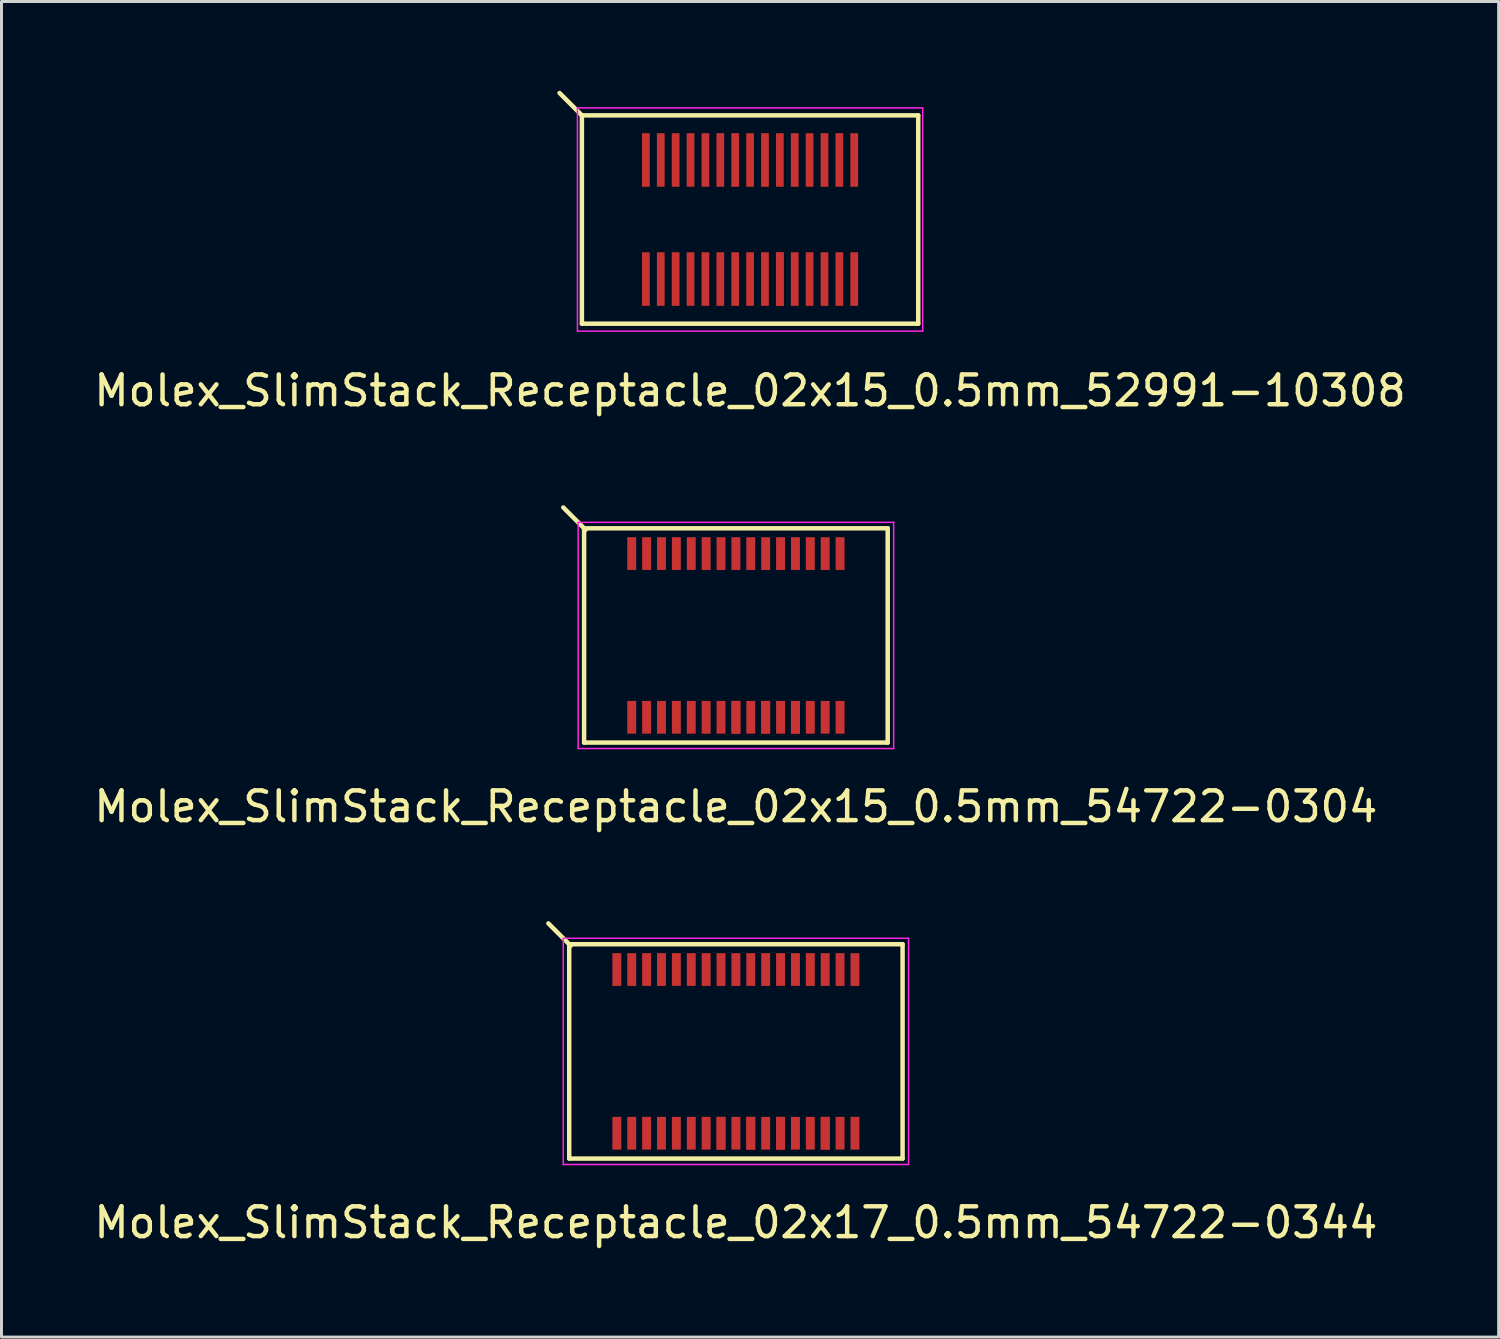
<source format=kicad_pcb>
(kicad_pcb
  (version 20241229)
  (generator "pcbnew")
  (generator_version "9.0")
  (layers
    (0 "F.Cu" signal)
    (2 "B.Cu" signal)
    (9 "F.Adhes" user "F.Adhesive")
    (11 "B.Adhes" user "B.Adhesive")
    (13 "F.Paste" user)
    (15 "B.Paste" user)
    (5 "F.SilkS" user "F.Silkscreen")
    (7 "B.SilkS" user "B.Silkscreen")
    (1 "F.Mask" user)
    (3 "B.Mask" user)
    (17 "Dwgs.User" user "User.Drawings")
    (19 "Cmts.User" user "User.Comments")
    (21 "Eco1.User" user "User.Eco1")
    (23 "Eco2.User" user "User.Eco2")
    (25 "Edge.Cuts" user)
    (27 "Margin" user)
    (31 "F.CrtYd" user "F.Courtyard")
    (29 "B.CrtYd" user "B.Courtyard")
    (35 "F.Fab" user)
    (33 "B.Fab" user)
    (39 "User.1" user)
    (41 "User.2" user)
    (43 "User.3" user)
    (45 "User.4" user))
  (footprint "Molex_SlimStack_Receptacle_02x15_0.5mm_52991-10308"
    (layer "F.Cu")
    (at 22.149 4.325)
    (property "Reference" "Molex_SlimStack_Receptacle_02x15_0.5mm_52991-10308" (at 0 5.75 0) (layer "F.SilkS") (effects (font (size 1 1) (thickness 0.15))))
    (attr smd)
    (fp_line (start -5.65 -3.5) (end -6.4 -4.25) (stroke (width 0.15) (type solid)) (layer "F.SilkS"))
    (fp_line (start -5.65 -3.5) (end -5.65 3.5) (stroke (width 0.15) (type solid)) (layer "F.SilkS"))
    (fp_line (start -5.65 3.5) (end 5.65 3.5) (stroke (width 0.15) (type solid)) (layer "F.SilkS"))
    (fp_line (start 5.65 -3.5) (end -5.65 -3.5) (stroke (width 0.15) (type solid)) (layer "F.SilkS"))
    (fp_line (start 5.65 3.5) (end 5.65 -3.5) (stroke (width 0.15) (type solid)) (layer "F.SilkS"))
    (fp_line (start -5.8 -3.75) (end -5.8 3.75) (stroke (width 0.05) (type solid)) (layer "F.CrtYd"))
    (fp_line (start -5.8 3.75) (end 5.8 3.75) (stroke (width 0.05) (type solid)) (layer "F.CrtYd"))
    (fp_line (start 5.8 -3.75) (end -5.8 -3.75) (stroke (width 0.05) (type solid)) (layer "F.CrtYd"))
    (fp_line (start 5.8 3.75) (end 5.8 -3.75) (stroke (width 0.05) (type solid)) (layer "F.CrtYd"))
    (pad "1" smd rect (at -3.5 -2) (size 0.26 1.8) (layers "F.Cu" "F.Mask" "F.Paste"))
    (pad "2" smd rect (at -3.5 2) (size 0.26 1.8) (layers "F.Cu" "F.Mask" "F.Paste"))
    (pad "3" smd rect (at -3 -2) (size 0.26 1.8) (layers "F.Cu" "F.Mask" "F.Paste"))
    (pad "4" smd rect (at -3 2) (size 0.26 1.8) (layers "F.Cu" "F.Mask" "F.Paste"))
    (pad "5" smd rect (at -2.5 -2) (size 0.26 1.8) (layers "F.Cu" "F.Mask" "F.Paste"))
    (pad "6" smd rect (at -2.5 2) (size 0.26 1.8) (layers "F.Cu" "F.Mask" "F.Paste"))
    (pad "7" smd rect (at -2 -2) (size 0.26 1.8) (layers "F.Cu" "F.Mask" "F.Paste"))
    (pad "8" smd rect (at -2 2) (size 0.26 1.8) (layers "F.Cu" "F.Mask" "F.Paste"))
    (pad "9" smd rect (at -1.5 -2) (size 0.26 1.8) (layers "F.Cu" "F.Mask" "F.Paste"))
    (pad "10" smd rect (at -1.5 2) (size 0.26 1.8) (layers "F.Cu" "F.Mask" "F.Paste"))
    (pad "11" smd rect (at -1 -2) (size 0.26 1.8) (layers "F.Cu" "F.Mask" "F.Paste"))
    (pad "12" smd rect (at -1 2) (size 0.26 1.8) (layers "F.Cu" "F.Mask" "F.Paste"))
    (pad "13" smd rect (at -0.5 -2) (size 0.26 1.8) (layers "F.Cu" "F.Mask" "F.Paste"))
    (pad "14" smd rect (at -0.5 2) (size 0.26 1.8) (layers "F.Cu" "F.Mask" "F.Paste"))
    (pad "15" smd rect (at 0 -2) (size 0.26 1.8) (layers "F.Cu" "F.Mask" "F.Paste"))
    (pad "16" smd rect (at 0 2) (size 0.26 1.8) (layers "F.Cu" "F.Mask" "F.Paste"))
    (pad "17" smd rect (at 0.5 -2) (size 0.26 1.8) (layers "F.Cu" "F.Mask" "F.Paste"))
    (pad "18" smd rect (at 0.5 2) (size 0.26 1.8) (layers "F.Cu" "F.Mask" "F.Paste"))
    (pad "19" smd rect (at 1 -2) (size 0.26 1.8) (layers "F.Cu" "F.Mask" "F.Paste"))
    (pad "20" smd rect (at 1 2) (size 0.26 1.8) (layers "F.Cu" "F.Mask" "F.Paste"))
    (pad "20" smd rect (at 1 2) (size 0.26 1.8) (layers "F.Cu" "F.Mask" "F.Paste"))
    (pad "21" smd rect (at 1.5 -2) (size 0.26 1.8) (layers "F.Cu" "F.Mask" "F.Paste"))
    (pad "22" smd rect (at 1.5 2) (size 0.26 1.8) (layers "F.Cu" "F.Mask" "F.Paste"))
    (pad "23" smd rect (at 2 -2) (size 0.26 1.8) (layers "F.Cu" "F.Mask" "F.Paste"))
    (pad "24" smd rect (at 2 2) (size 0.26 1.8) (layers "F.Cu" "F.Mask" "F.Paste"))
    (pad "25" smd rect (at 2.5 -2) (size 0.26 1.8) (layers "F.Cu" "F.Mask" "F.Paste"))
    (pad "26" smd rect (at 2.5 2) (size 0.26 1.8) (layers "F.Cu" "F.Mask" "F.Paste"))
    (pad "27" smd rect (at 3 -2) (size 0.26 1.8) (layers "F.Cu" "F.Mask" "F.Paste"))
    (pad "28" smd rect (at 3 2) (size 0.26 1.8) (layers "F.Cu" "F.Mask" "F.Paste"))
    (pad "29" smd rect (at 3.5 -2) (size 0.26 1.8) (layers "F.Cu" "F.Mask" "F.Paste"))
    (pad "30" smd rect (at 3.5 2) (size 0.26 1.8) (layers "F.Cu" "F.Mask" "F.Paste")))
  (footprint "Molex_SlimStack_Receptacle_02x15_0.5mm_54722-0304"
    (layer "F.Cu")
    (at 21.673 18.298)
    (property "Reference" "Molex_SlimStack_Receptacle_02x15_0.5mm_54722-0304" (at 0 5.75 0) (layer "F.SilkS") (effects (font (size 1 1) (thickness 0.15))))
    (attr smd)
    (fp_line (start -5.1 -3.6) (end -5.1 3.6) (stroke (width 0.15) (type solid)) (layer "F.SilkS"))
    (fp_line (start -5.1 3.6) (end 5.1 3.6) (stroke (width 0.15) (type solid)) (layer "F.SilkS"))
    (fp_line (start -5.05 -3.55) (end -5.8 -4.3) (stroke (width 0.15) (type solid)) (layer "F.SilkS"))
    (fp_line (start 5.1 -3.6) (end -5.1 -3.6) (stroke (width 0.15) (type solid)) (layer "F.SilkS"))
    (fp_line (start 5.1 3.6) (end 5.1 -3.6) (stroke (width 0.15) (type solid)) (layer "F.SilkS"))
    (fp_line (start -5.3 -3.8) (end -5.3 3.8) (stroke (width 0.05) (type solid)) (layer "F.CrtYd"))
    (fp_line (start -5.3 3.8) (end 5.3 3.8) (stroke (width 0.05) (type solid)) (layer "F.CrtYd"))
    (fp_line (start 5.3 -3.8) (end -5.3 -3.8) (stroke (width 0.05) (type solid)) (layer "F.CrtYd"))
    (fp_line (start 5.3 3.8) (end 5.3 -3.8) (stroke (width 0.05) (type solid)) (layer "F.CrtYd"))
    (pad "1" smd rect (at -3.5 -2.75) (size 0.3 1.1) (layers "F.Cu" "F.Mask" "F.Paste"))
    (pad "2" smd rect (at -3.5 2.75) (size 0.3 1.1) (layers "F.Cu" "F.Mask" "F.Paste"))
    (pad "3" smd rect (at -3 -2.75) (size 0.3 1.1) (layers "F.Cu" "F.Mask" "F.Paste"))
    (pad "4" smd rect (at -3 2.75) (size 0.3 1.1) (layers "F.Cu" "F.Mask" "F.Paste"))
    (pad "5" smd rect (at -2.5 -2.75) (size 0.3 1.1) (layers "F.Cu" "F.Mask" "F.Paste"))
    (pad "6" smd rect (at -2.5 2.75) (size 0.3 1.1) (layers "F.Cu" "F.Mask" "F.Paste"))
    (pad "7" smd rect (at -2 -2.75) (size 0.3 1.1) (layers "F.Cu" "F.Mask" "F.Paste"))
    (pad "8" smd rect (at -2 2.75) (size 0.3 1.1) (layers "F.Cu" "F.Mask" "F.Paste"))
    (pad "9" smd rect (at -1.5 -2.75) (size 0.3 1.1) (layers "F.Cu" "F.Mask" "F.Paste"))
    (pad "10" smd rect (at -1.5 2.75) (size 0.3 1.1) (layers "F.Cu" "F.Mask" "F.Paste"))
    (pad "11" smd rect (at -1 -2.75) (size 0.3 1.1) (layers "F.Cu" "F.Mask" "F.Paste"))
    (pad "12" smd rect (at -1 2.75) (size 0.3 1.1) (layers "F.Cu" "F.Mask" "F.Paste"))
    (pad "13" smd rect (at -0.5 -2.75) (size 0.3 1.1) (layers "F.Cu" "F.Mask" "F.Paste"))
    (pad "14" smd rect (at -0.5 2.75) (size 0.3 1.1) (layers "F.Cu" "F.Mask" "F.Paste"))
    (pad "15" smd rect (at 0 -2.75) (size 0.3 1.1) (layers "F.Cu" "F.Mask" "F.Paste"))
    (pad "16" smd rect (at 0 2.75) (size 0.3 1.1) (layers "F.Cu" "F.Mask" "F.Paste"))
    (pad "16" smd rect (at 0 2.75) (size 0.3 1.1) (layers "F.Cu" "F.Mask" "F.Paste"))
    (pad "17" smd rect (at 0.5 -2.75) (size 0.3 1.1) (layers "F.Cu" "F.Mask" "F.Paste"))
    (pad "18" smd rect (at 0.5 2.75) (size 0.3 1.1) (layers "F.Cu" "F.Mask" "F.Paste"))
    (pad "19" smd rect (at 1 -2.75) (size 0.3 1.1) (layers "F.Cu" "F.Mask" "F.Paste"))
    (pad "20" smd rect (at 1 2.75) (size 0.3 1.1) (layers "F.Cu" "F.Mask" "F.Paste"))
    (pad "20" smd rect (at 1 2.75) (size 0.3 1.1) (layers "F.Cu" "F.Mask" "F.Paste"))
    (pad "21" smd rect (at 1.5 -2.75) (size 0.3 1.1) (layers "F.Cu" "F.Mask" "F.Paste"))
    (pad "22" smd rect (at 1.5 2.75) (size 0.3 1.1) (layers "F.Cu" "F.Mask" "F.Paste"))
    (pad "23" smd rect (at 2 -2.75) (size 0.3 1.1) (layers "F.Cu" "F.Mask" "F.Paste"))
    (pad "24" smd rect (at 2 2.75) (size 0.3 1.1) (layers "F.Cu" "F.Mask" "F.Paste"))
    (pad "24" smd rect (at 2 2.75) (size 0.3 1.1) (layers "F.Cu" "F.Mask" "F.Paste"))
    (pad "25" smd rect (at 2.5 -2.75) (size 0.3 1.1) (layers "F.Cu" "F.Mask" "F.Paste"))
    (pad "26" smd rect (at 2.5 2.75) (size 0.3 1.1) (layers "F.Cu" "F.Mask" "F.Paste"))
    (pad "27" smd rect (at 3 -2.75) (size 0.3 1.1) (layers "F.Cu" "F.Mask" "F.Paste"))
    (pad "28" smd rect (at 3 2.75) (size 0.3 1.1) (layers "F.Cu" "F.Mask" "F.Paste"))
    (pad "29" smd rect (at 3.5 -2.75) (size 0.3 1.1) (layers "F.Cu" "F.Mask" "F.Paste"))
    (pad "30" smd rect (at 3.5 2.75) (size 0.3 1.1) (layers "F.Cu" "F.Mask" "F.Paste")))
  (footprint "Molex_SlimStack_Receptacle_02x17_0.5mm_54722-0344"
    (layer "F.Cu")
    (at 21.673 32.272)
    (property "Reference" "Molex_SlimStack_Receptacle_02x17_0.5mm_54722-0344" (at 0 5.75 0) (layer "F.SilkS") (effects (font (size 1 1) (thickness 0.15))))
    (attr smd)
    (fp_line (start -5.6 -3.6) (end -5.6 3.6) (stroke (width 0.15) (type solid)) (layer "F.SilkS"))
    (fp_line (start -5.6 3.6) (end 5.6 3.6) (stroke (width 0.15) (type solid)) (layer "F.SilkS"))
    (fp_line (start -5.55 -3.55) (end -6.3 -4.3) (stroke (width 0.15) (type solid)) (layer "F.SilkS"))
    (fp_line (start 5.6 -3.6) (end -5.6 -3.6) (stroke (width 0.15) (type solid)) (layer "F.SilkS"))
    (fp_line (start 5.6 3.6) (end 5.6 -3.6) (stroke (width 0.15) (type solid)) (layer "F.SilkS"))
    (fp_line (start -5.8 -3.8) (end -5.8 3.8) (stroke (width 0.05) (type solid)) (layer "F.CrtYd"))
    (fp_line (start -5.8 3.8) (end 5.8 3.8) (stroke (width 0.05) (type solid)) (layer "F.CrtYd"))
    (fp_line (start 5.8 -3.8) (end -5.8 -3.8) (stroke (width 0.05) (type solid)) (layer "F.CrtYd"))
    (fp_line (start 5.8 3.8) (end 5.8 -3.8) (stroke (width 0.05) (type solid)) (layer "F.CrtYd"))
    (pad "1" smd rect (at -4 -2.75) (size 0.3 1.1) (layers "F.Cu" "F.Mask" "F.Paste"))
    (pad "2" smd rect (at -4 2.75) (size 0.3 1.1) (layers "F.Cu" "F.Mask" "F.Paste"))
    (pad "3" smd rect (at -3.5 -2.75) (size 0.3 1.1) (layers "F.Cu" "F.Mask" "F.Paste"))
    (pad "4" smd rect (at -3.5 2.75) (size 0.3 1.1) (layers "F.Cu" "F.Mask" "F.Paste"))
    (pad "5" smd rect (at -3 -2.75) (size 0.3 1.1) (layers "F.Cu" "F.Mask" "F.Paste"))
    (pad "6" smd rect (at -3 2.75) (size 0.3 1.1) (layers "F.Cu" "F.Mask" "F.Paste"))
    (pad "7" smd rect (at -2.5 -2.75) (size 0.3 1.1) (layers "F.Cu" "F.Mask" "F.Paste"))
    (pad "8" smd rect (at -2.5 2.75) (size 0.3 1.1) (layers "F.Cu" "F.Mask" "F.Paste"))
    (pad "9" smd rect (at -2 -2.75) (size 0.3 1.1) (layers "F.Cu" "F.Mask" "F.Paste"))
    (pad "10" smd rect (at -2 2.75) (size 0.3 1.1) (layers "F.Cu" "F.Mask" "F.Paste"))
    (pad "11" smd rect (at -1.5 -2.75) (size 0.3 1.1) (layers "F.Cu" "F.Mask" "F.Paste"))
    (pad "12" smd rect (at -1.5 2.75) (size 0.3 1.1) (layers "F.Cu" "F.Mask" "F.Paste"))
    (pad "13" smd rect (at -1 -2.75) (size 0.3 1.1) (layers "F.Cu" "F.Mask" "F.Paste"))
    (pad "14" smd rect (at -1 2.75) (size 0.3 1.1) (layers "F.Cu" "F.Mask" "F.Paste"))
    (pad "15" smd rect (at -0.5 -2.75) (size 0.3 1.1) (layers "F.Cu" "F.Mask" "F.Paste"))
    (pad "16" smd rect (at -0.5 2.75) (size 0.3 1.1) (layers "F.Cu" "F.Mask" "F.Paste"))
    (pad "16" smd rect (at -0.5 2.75) (size 0.3 1.1) (layers "F.Cu" "F.Mask" "F.Paste"))
    (pad "17" smd rect (at 0 -2.75) (size 0.3 1.1) (layers "F.Cu" "F.Mask" "F.Paste"))
    (pad "18" smd rect (at 0 2.75) (size 0.3 1.1) (layers "F.Cu" "F.Mask" "F.Paste"))
    (pad "19" smd rect (at 0.5 -2.75) (size 0.3 1.1) (layers "F.Cu" "F.Mask" "F.Paste"))
    (pad "20" smd rect (at 0.5 2.75) (size 0.3 1.1) (layers "F.Cu" "F.Mask" "F.Paste"))
    (pad "20" smd rect (at 0.5 2.75) (size 0.3 1.1) (layers "F.Cu" "F.Mask" "F.Paste"))
    (pad "21" smd rect (at 1 -2.75) (size 0.3 1.1) (layers "F.Cu" "F.Mask" "F.Paste"))
    (pad "22" smd rect (at 1 2.75) (size 0.3 1.1) (layers "F.Cu" "F.Mask" "F.Paste"))
    (pad "23" smd rect (at 1.5 -2.75) (size 0.3 1.1) (layers "F.Cu" "F.Mask" "F.Paste"))
    (pad "24" smd rect (at 1.5 2.75) (size 0.3 1.1) (layers "F.Cu" "F.Mask" "F.Paste"))
    (pad "24" smd rect (at 1.5 2.75) (size 0.3 1.1) (layers "F.Cu" "F.Mask" "F.Paste"))
    (pad "25" smd rect (at 2 -2.75) (size 0.3 1.1) (layers "F.Cu" "F.Mask" "F.Paste"))
    (pad "26" smd rect (at 2 2.75) (size 0.3 1.1) (layers "F.Cu" "F.Mask" "F.Paste"))
    (pad "27" smd rect (at 2.5 -2.75) (size 0.3 1.1) (layers "F.Cu" "F.Mask" "F.Paste"))
    (pad "28" smd rect (at 2.5 2.75) (size 0.3 1.1) (layers "F.Cu" "F.Mask" "F.Paste"))
    (pad "29" smd rect (at 3 -2.75) (size 0.3 1.1) (layers "F.Cu" "F.Mask" "F.Paste"))
    (pad "30" smd rect (at 3 2.75) (size 0.3 1.1) (layers "F.Cu" "F.Mask" "F.Paste"))
    (pad "30" smd rect (at 3 2.75) (size 0.3 1.1) (layers "F.Cu" "F.Mask" "F.Paste"))
    (pad "31" smd rect (at 3.5 -2.75) (size 0.3 1.1) (layers "F.Cu" "F.Mask" "F.Paste"))
    (pad "32" smd rect (at 3.5 2.75) (size 0.3 1.1) (layers "F.Cu" "F.Mask" "F.Paste"))
    (pad "33" smd rect (at 4 -2.75) (size 0.3 1.1) (layers "F.Cu" "F.Mask" "F.Paste"))
    (pad "34" smd rect (at 4 2.75) (size 0.3 1.1) (layers "F.Cu" "F.Mask" "F.Paste")))
  (gr_rect
    (start -3 -3)
    (end 47.298 41.87)
    (stroke (width 0.1) (type default))
    (fill no)
    (layer "Edge.Cuts")))
</source>
